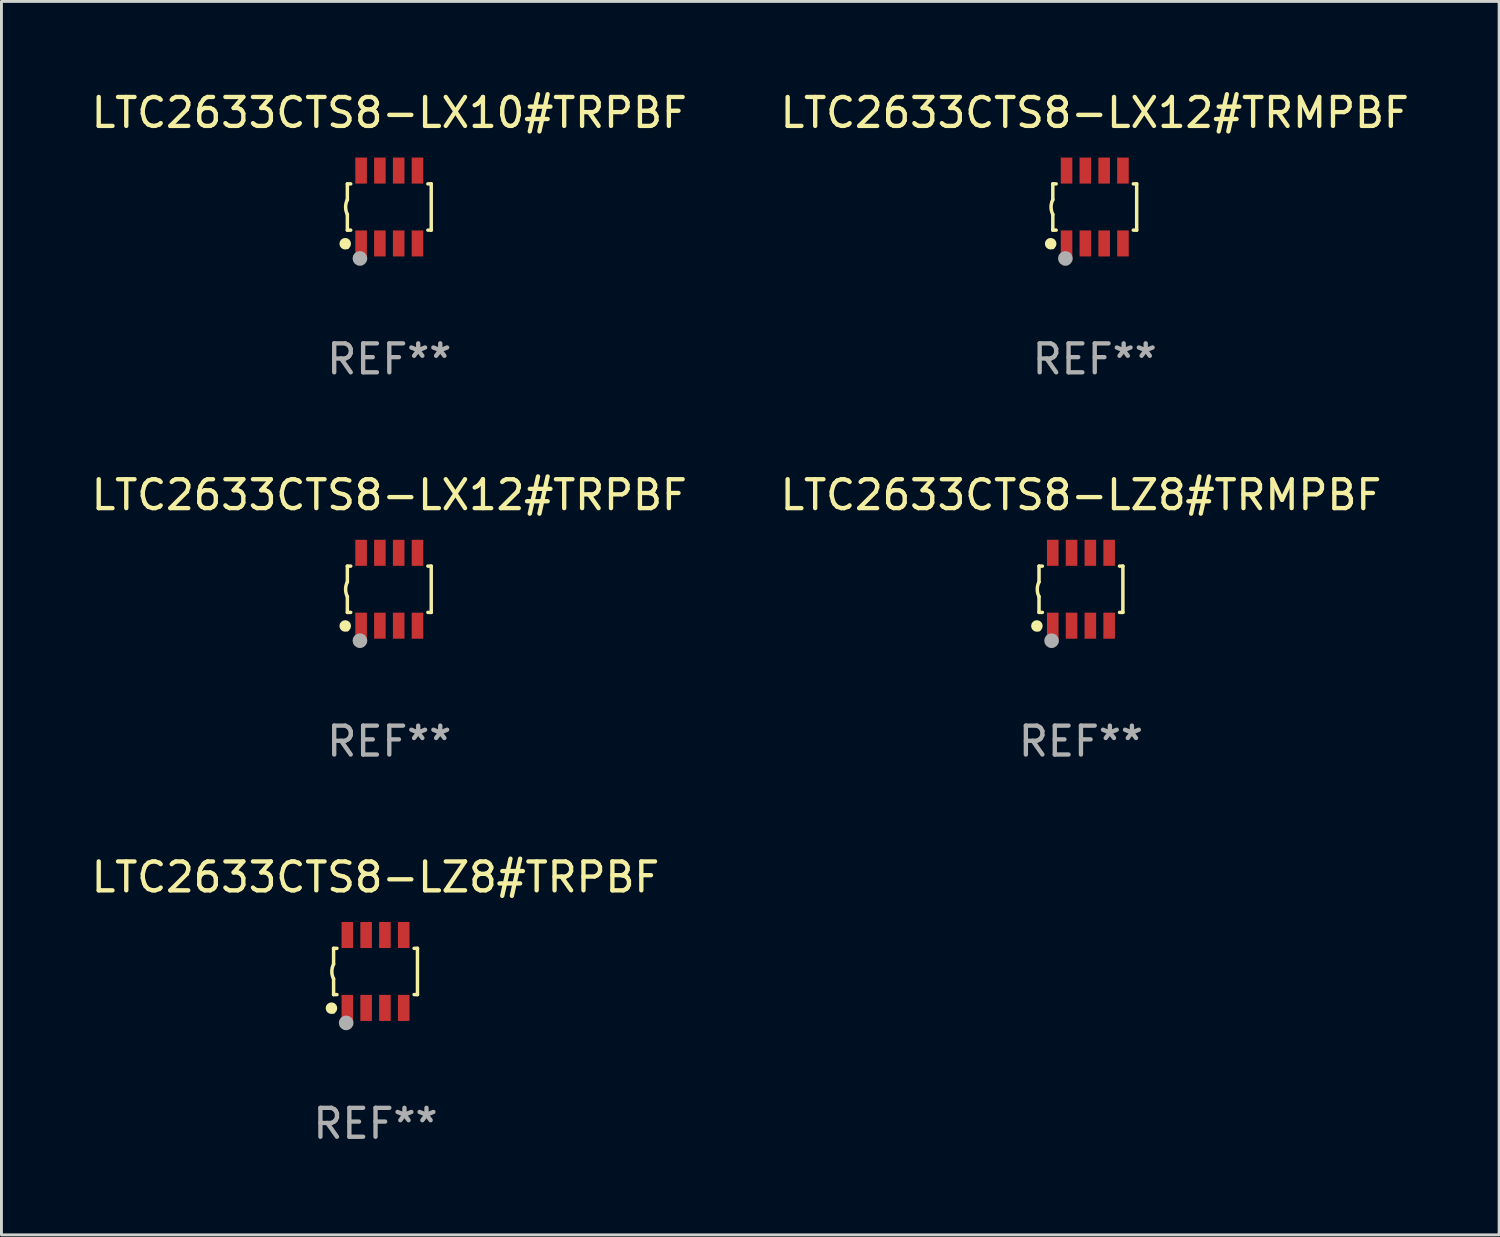
<source format=kicad_pcb>
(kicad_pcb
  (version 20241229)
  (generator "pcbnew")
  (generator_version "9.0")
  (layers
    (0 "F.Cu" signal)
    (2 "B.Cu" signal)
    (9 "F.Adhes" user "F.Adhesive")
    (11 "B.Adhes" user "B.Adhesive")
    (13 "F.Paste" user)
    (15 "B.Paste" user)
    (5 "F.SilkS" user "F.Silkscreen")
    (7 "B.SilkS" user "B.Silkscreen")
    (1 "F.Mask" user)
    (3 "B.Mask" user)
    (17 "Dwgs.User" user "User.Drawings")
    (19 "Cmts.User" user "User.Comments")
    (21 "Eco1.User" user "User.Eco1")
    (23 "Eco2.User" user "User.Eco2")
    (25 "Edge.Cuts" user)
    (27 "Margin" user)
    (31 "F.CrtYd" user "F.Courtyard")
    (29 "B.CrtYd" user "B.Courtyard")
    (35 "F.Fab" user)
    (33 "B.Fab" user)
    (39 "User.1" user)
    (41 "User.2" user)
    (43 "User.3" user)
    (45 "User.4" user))
  (footprint "LTC2633CTS8-LX12#TRMPBF"
    (layer "F.Cu")
    (at 34.804 4.108)
    (property "Reference" "LTC2633CTS8-LX12#TRMPBF" (at 0 -3.26 0) (layer "F.SilkS") (effects (font (size 1 1) (thickness 0.15))))
    (attr through_hole)
    (fp_line (start -1.45 -0.8) (end -1.45 -0.254) (stroke (width 0.12) (type solid)) (layer "F.SilkS"))
    (fp_line (start -1.45 -0.8) (end -1.334 -0.8) (stroke (width 0.12) (type solid)) (layer "F.SilkS"))
    (fp_line (start -1.45 0.8) (end -1.45 0.254) (stroke (width 0.12) (type solid)) (layer "F.SilkS"))
    (fp_line (start -1.45 0.8) (end -1.334 0.8) (stroke (width 0.12) (type solid)) (layer "F.SilkS"))
    (fp_line (start 1.334 -0.8) (end 1.45 -0.8) (stroke (width 0.12) (type solid)) (layer "F.SilkS"))
    (fp_line (start 1.334 0.8) (end 1.45 0.8) (stroke (width 0.12) (type solid)) (layer "F.SilkS"))
    (fp_line (start 1.45 0.8) (end 1.45 -0.8) (stroke (width 0.12) (type solid)) (layer "F.SilkS"))
    (fp_arc (start -1.45075 0.255144) (mid -1.510605 0.000434) (end -1.450013 -0.254102) (stroke (width 0.11999) (type solid)) (layer "F.SilkS"))
    (fp_circle (center -1.524 1.27) (end -1.424 1.27) (stroke (width 0.2) (type solid)) (fill no) (layer "F.SilkS"))
    (fp_circle (center -1.45 1.4) (end -1.42 1.4) (stroke (width 0.06) (type solid)) (fill no) (layer "F.SilkS"))
    (fp_circle (center -1.016 1.778) (end -0.889 1.778) (stroke (width 0.254) (type solid)) (fill no) (layer "F.Fab"))
    (fp_text user "REF**" (at 0 5.26 0) (layer "F.Fab") (effects (font (size 1 1) (thickness 0.15))))
    (pad "1" smd rect (at -0.975 1.26) (size 0.4 0.9) (layers "F.Cu" "F.Mask" "F.Paste"))
    (pad "2" smd rect (at -0.325 1.26) (size 0.4 0.9) (layers "F.Cu" "F.Mask" "F.Paste"))
    (pad "3" smd rect (at 0.325 1.26) (size 0.4 0.9) (layers "F.Cu" "F.Mask" "F.Paste"))
    (pad "4" smd rect (at 0.975 1.26) (size 0.4 0.9) (layers "F.Cu" "F.Mask" "F.Paste"))
    (pad "5" smd rect (at 0.975 -1.26) (size 0.4 0.9) (layers "F.Cu" "F.Mask" "F.Paste"))
    (pad "6" smd rect (at 0.325 -1.26) (size 0.4 0.9) (layers "F.Cu" "F.Mask" "F.Paste"))
    (pad "7" smd rect (at -0.325 -1.26) (size 0.4 0.9) (layers "F.Cu" "F.Mask" "F.Paste"))
    (pad "8" smd rect (at -0.975 -1.26) (size 0.4 0.9) (layers "F.Cu" "F.Mask" "F.Paste")))
  (footprint "LTC2633CTS8-LZ8#TRPBF"
    (layer "F.Cu")
    (at 9.935 30.541)
    (property "Reference" "LTC2633CTS8-LZ8#TRPBF" (at 0 -3.26 0) (layer "F.SilkS") (effects (font (size 1 1) (thickness 0.15))))
    (attr through_hole)
    (fp_line (start -1.45 -0.8) (end -1.45 -0.254) (stroke (width 0.12) (type solid)) (layer "F.SilkS"))
    (fp_line (start -1.45 -0.8) (end -1.334 -0.8) (stroke (width 0.12) (type solid)) (layer "F.SilkS"))
    (fp_line (start -1.45 0.8) (end -1.45 0.254) (stroke (width 0.12) (type solid)) (layer "F.SilkS"))
    (fp_line (start -1.45 0.8) (end -1.334 0.8) (stroke (width 0.12) (type solid)) (layer "F.SilkS"))
    (fp_line (start 1.334 -0.8) (end 1.45 -0.8) (stroke (width 0.12) (type solid)) (layer "F.SilkS"))
    (fp_line (start 1.334 0.8) (end 1.45 0.8) (stroke (width 0.12) (type solid)) (layer "F.SilkS"))
    (fp_line (start 1.45 0.8) (end 1.45 -0.8) (stroke (width 0.12) (type solid)) (layer "F.SilkS"))
    (fp_arc (start -1.45075 0.255144) (mid -1.510605 0.000434) (end -1.450013 -0.254102) (stroke (width 0.11999) (type solid)) (layer "F.SilkS"))
    (fp_circle (center -1.524 1.27) (end -1.424 1.27) (stroke (width 0.2) (type solid)) (fill no) (layer "F.SilkS"))
    (fp_circle (center -1.45 1.4) (end -1.42 1.4) (stroke (width 0.06) (type solid)) (fill no) (layer "F.SilkS"))
    (fp_circle (center -1.016 1.778) (end -0.889 1.778) (stroke (width 0.254) (type solid)) (fill no) (layer "F.Fab"))
    (fp_text user "REF**" (at 0 5.26 0) (layer "F.Fab") (effects (font (size 1 1) (thickness 0.15))))
    (pad "1" smd rect (at -0.975 1.26) (size 0.4 0.9) (layers "F.Cu" "F.Mask" "F.Paste"))
    (pad "2" smd rect (at -0.325 1.26) (size 0.4 0.9) (layers "F.Cu" "F.Mask" "F.Paste"))
    (pad "3" smd rect (at 0.325 1.26) (size 0.4 0.9) (layers "F.Cu" "F.Mask" "F.Paste"))
    (pad "4" smd rect (at 0.975 1.26) (size 0.4 0.9) (layers "F.Cu" "F.Mask" "F.Paste"))
    (pad "5" smd rect (at 0.975 -1.26) (size 0.4 0.9) (layers "F.Cu" "F.Mask" "F.Paste"))
    (pad "6" smd rect (at 0.325 -1.26) (size 0.4 0.9) (layers "F.Cu" "F.Mask" "F.Paste"))
    (pad "7" smd rect (at -0.325 -1.26) (size 0.4 0.9) (layers "F.Cu" "F.Mask" "F.Paste"))
    (pad "8" smd rect (at -0.975 -1.26) (size 0.4 0.9) (layers "F.Cu" "F.Mask" "F.Paste")))
  (footprint "LTC2633CTS8-LX12#TRPBF"
    (layer "F.Cu")
    (at 10.411 17.325)
    (property "Reference" "LTC2633CTS8-LX12#TRPBF" (at 0 -3.26 0) (layer "F.SilkS") (effects (font (size 1 1) (thickness 0.15))))
    (attr through_hole)
    (fp_line (start -1.45 -0.8) (end -1.45 -0.254) (stroke (width 0.12) (type solid)) (layer "F.SilkS"))
    (fp_line (start -1.45 -0.8) (end -1.334 -0.8) (stroke (width 0.12) (type solid)) (layer "F.SilkS"))
    (fp_line (start -1.45 0.8) (end -1.45 0.254) (stroke (width 0.12) (type solid)) (layer "F.SilkS"))
    (fp_line (start -1.45 0.8) (end -1.334 0.8) (stroke (width 0.12) (type solid)) (layer "F.SilkS"))
    (fp_line (start 1.334 -0.8) (end 1.45 -0.8) (stroke (width 0.12) (type solid)) (layer "F.SilkS"))
    (fp_line (start 1.334 0.8) (end 1.45 0.8) (stroke (width 0.12) (type solid)) (layer "F.SilkS"))
    (fp_line (start 1.45 0.8) (end 1.45 -0.8) (stroke (width 0.12) (type solid)) (layer "F.SilkS"))
    (fp_arc (start -1.45075 0.255144) (mid -1.510605 0.000434) (end -1.450013 -0.254102) (stroke (width 0.11999) (type solid)) (layer "F.SilkS"))
    (fp_circle (center -1.524 1.27) (end -1.424 1.27) (stroke (width 0.2) (type solid)) (fill no) (layer "F.SilkS"))
    (fp_circle (center -1.45 1.4) (end -1.42 1.4) (stroke (width 0.06) (type solid)) (fill no) (layer "F.SilkS"))
    (fp_circle (center -1.016 1.778) (end -0.889 1.778) (stroke (width 0.254) (type solid)) (fill no) (layer "F.Fab"))
    (fp_text user "REF**" (at 0 5.26 0) (layer "F.Fab") (effects (font (size 1 1) (thickness 0.15))))
    (pad "1" smd rect (at -0.975 1.26) (size 0.4 0.9) (layers "F.Cu" "F.Mask" "F.Paste"))
    (pad "2" smd rect (at -0.325 1.26) (size 0.4 0.9) (layers "F.Cu" "F.Mask" "F.Paste"))
    (pad "3" smd rect (at 0.325 1.26) (size 0.4 0.9) (layers "F.Cu" "F.Mask" "F.Paste"))
    (pad "4" smd rect (at 0.975 1.26) (size 0.4 0.9) (layers "F.Cu" "F.Mask" "F.Paste"))
    (pad "5" smd rect (at 0.975 -1.26) (size 0.4 0.9) (layers "F.Cu" "F.Mask" "F.Paste"))
    (pad "6" smd rect (at 0.325 -1.26) (size 0.4 0.9) (layers "F.Cu" "F.Mask" "F.Paste"))
    (pad "7" smd rect (at -0.325 -1.26) (size 0.4 0.9) (layers "F.Cu" "F.Mask" "F.Paste"))
    (pad "8" smd rect (at -0.975 -1.26) (size 0.4 0.9) (layers "F.Cu" "F.Mask" "F.Paste")))
  (footprint "LTC2633CTS8-LZ8#TRMPBF"
    (layer "F.Cu")
    (at 34.327 17.325)
    (property "Reference" "LTC2633CTS8-LZ8#TRMPBF" (at 0 -3.26 0) (layer "F.SilkS") (effects (font (size 1 1) (thickness 0.15))))
    (attr through_hole)
    (fp_line (start -1.45 -0.8) (end -1.45 -0.254) (stroke (width 0.12) (type solid)) (layer "F.SilkS"))
    (fp_line (start -1.45 -0.8) (end -1.334 -0.8) (stroke (width 0.12) (type solid)) (layer "F.SilkS"))
    (fp_line (start -1.45 0.8) (end -1.45 0.254) (stroke (width 0.12) (type solid)) (layer "F.SilkS"))
    (fp_line (start -1.45 0.8) (end -1.334 0.8) (stroke (width 0.12) (type solid)) (layer "F.SilkS"))
    (fp_line (start 1.334 -0.8) (end 1.45 -0.8) (stroke (width 0.12) (type solid)) (layer "F.SilkS"))
    (fp_line (start 1.334 0.8) (end 1.45 0.8) (stroke (width 0.12) (type solid)) (layer "F.SilkS"))
    (fp_line (start 1.45 0.8) (end 1.45 -0.8) (stroke (width 0.12) (type solid)) (layer "F.SilkS"))
    (fp_arc (start -1.45075 0.255144) (mid -1.510605 0.000434) (end -1.450013 -0.254102) (stroke (width 0.11999) (type solid)) (layer "F.SilkS"))
    (fp_circle (center -1.524 1.27) (end -1.424 1.27) (stroke (width 0.2) (type solid)) (fill no) (layer "F.SilkS"))
    (fp_circle (center -1.45 1.4) (end -1.42 1.4) (stroke (width 0.06) (type solid)) (fill no) (layer "F.SilkS"))
    (fp_circle (center -1.016 1.778) (end -0.889 1.778) (stroke (width 0.254) (type solid)) (fill no) (layer "F.Fab"))
    (fp_text user "REF**" (at 0 5.26 0) (layer "F.Fab") (effects (font (size 1 1) (thickness 0.15))))
    (pad "1" smd rect (at -0.975 1.26) (size 0.4 0.9) (layers "F.Cu" "F.Mask" "F.Paste"))
    (pad "2" smd rect (at -0.325 1.26) (size 0.4 0.9) (layers "F.Cu" "F.Mask" "F.Paste"))
    (pad "3" smd rect (at 0.325 1.26) (size 0.4 0.9) (layers "F.Cu" "F.Mask" "F.Paste"))
    (pad "4" smd rect (at 0.975 1.26) (size 0.4 0.9) (layers "F.Cu" "F.Mask" "F.Paste"))
    (pad "5" smd rect (at 0.975 -1.26) (size 0.4 0.9) (layers "F.Cu" "F.Mask" "F.Paste"))
    (pad "6" smd rect (at 0.325 -1.26) (size 0.4 0.9) (layers "F.Cu" "F.Mask" "F.Paste"))
    (pad "7" smd rect (at -0.325 -1.26) (size 0.4 0.9) (layers "F.Cu" "F.Mask" "F.Paste"))
    (pad "8" smd rect (at -0.975 -1.26) (size 0.4 0.9) (layers "F.Cu" "F.Mask" "F.Paste")))
  (footprint "LTC2633CTS8-LX10#TRPBF"
    (layer "F.Cu")
    (at 10.411 4.108)
    (property "Reference" "LTC2633CTS8-LX10#TRPBF" (at 0 -3.26 0) (layer "F.SilkS") (effects (font (size 1 1) (thickness 0.15))))
    (attr through_hole)
    (fp_line (start -1.45 -0.8) (end -1.45 -0.254) (stroke (width 0.12) (type solid)) (layer "F.SilkS"))
    (fp_line (start -1.45 -0.8) (end -1.334 -0.8) (stroke (width 0.12) (type solid)) (layer "F.SilkS"))
    (fp_line (start -1.45 0.8) (end -1.45 0.254) (stroke (width 0.12) (type solid)) (layer "F.SilkS"))
    (fp_line (start -1.45 0.8) (end -1.334 0.8) (stroke (width 0.12) (type solid)) (layer "F.SilkS"))
    (fp_line (start 1.334 -0.8) (end 1.45 -0.8) (stroke (width 0.12) (type solid)) (layer "F.SilkS"))
    (fp_line (start 1.334 0.8) (end 1.45 0.8) (stroke (width 0.12) (type solid)) (layer "F.SilkS"))
    (fp_line (start 1.45 0.8) (end 1.45 -0.8) (stroke (width 0.12) (type solid)) (layer "F.SilkS"))
    (fp_arc (start -1.45075 0.255144) (mid -1.510605 0.000434) (end -1.450013 -0.254102) (stroke (width 0.11999) (type solid)) (layer "F.SilkS"))
    (fp_circle (center -1.524 1.27) (end -1.424 1.27) (stroke (width 0.2) (type solid)) (fill no) (layer "F.SilkS"))
    (fp_circle (center -1.45 1.4) (end -1.42 1.4) (stroke (width 0.06) (type solid)) (fill no) (layer "F.SilkS"))
    (fp_circle (center -1.016 1.778) (end -0.889 1.778) (stroke (width 0.254) (type solid)) (fill no) (layer "F.Fab"))
    (fp_text user "REF**" (at 0 5.26 0) (layer "F.Fab") (effects (font (size 1 1) (thickness 0.15))))
    (pad "1" smd rect (at -0.975 1.26) (size 0.4 0.9) (layers "F.Cu" "F.Mask" "F.Paste"))
    (pad "2" smd rect (at -0.325 1.26) (size 0.4 0.9) (layers "F.Cu" "F.Mask" "F.Paste"))
    (pad "3" smd rect (at 0.325 1.26) (size 0.4 0.9) (layers "F.Cu" "F.Mask" "F.Paste"))
    (pad "4" smd rect (at 0.975 1.26) (size 0.4 0.9) (layers "F.Cu" "F.Mask" "F.Paste"))
    (pad "5" smd rect (at 0.975 -1.26) (size 0.4 0.9) (layers "F.Cu" "F.Mask" "F.Paste"))
    (pad "6" smd rect (at 0.325 -1.26) (size 0.4 0.9) (layers "F.Cu" "F.Mask" "F.Paste"))
    (pad "7" smd rect (at -0.325 -1.26) (size 0.4 0.9) (layers "F.Cu" "F.Mask" "F.Paste"))
    (pad "8" smd rect (at -0.975 -1.26) (size 0.4 0.9) (layers "F.Cu" "F.Mask" "F.Paste")))
  (gr_rect
    (start -3 -3)
    (end 48.786 39.649)
    (stroke (width 0.1) (type default))
    (fill no)
    (layer "Edge.Cuts")))
</source>
